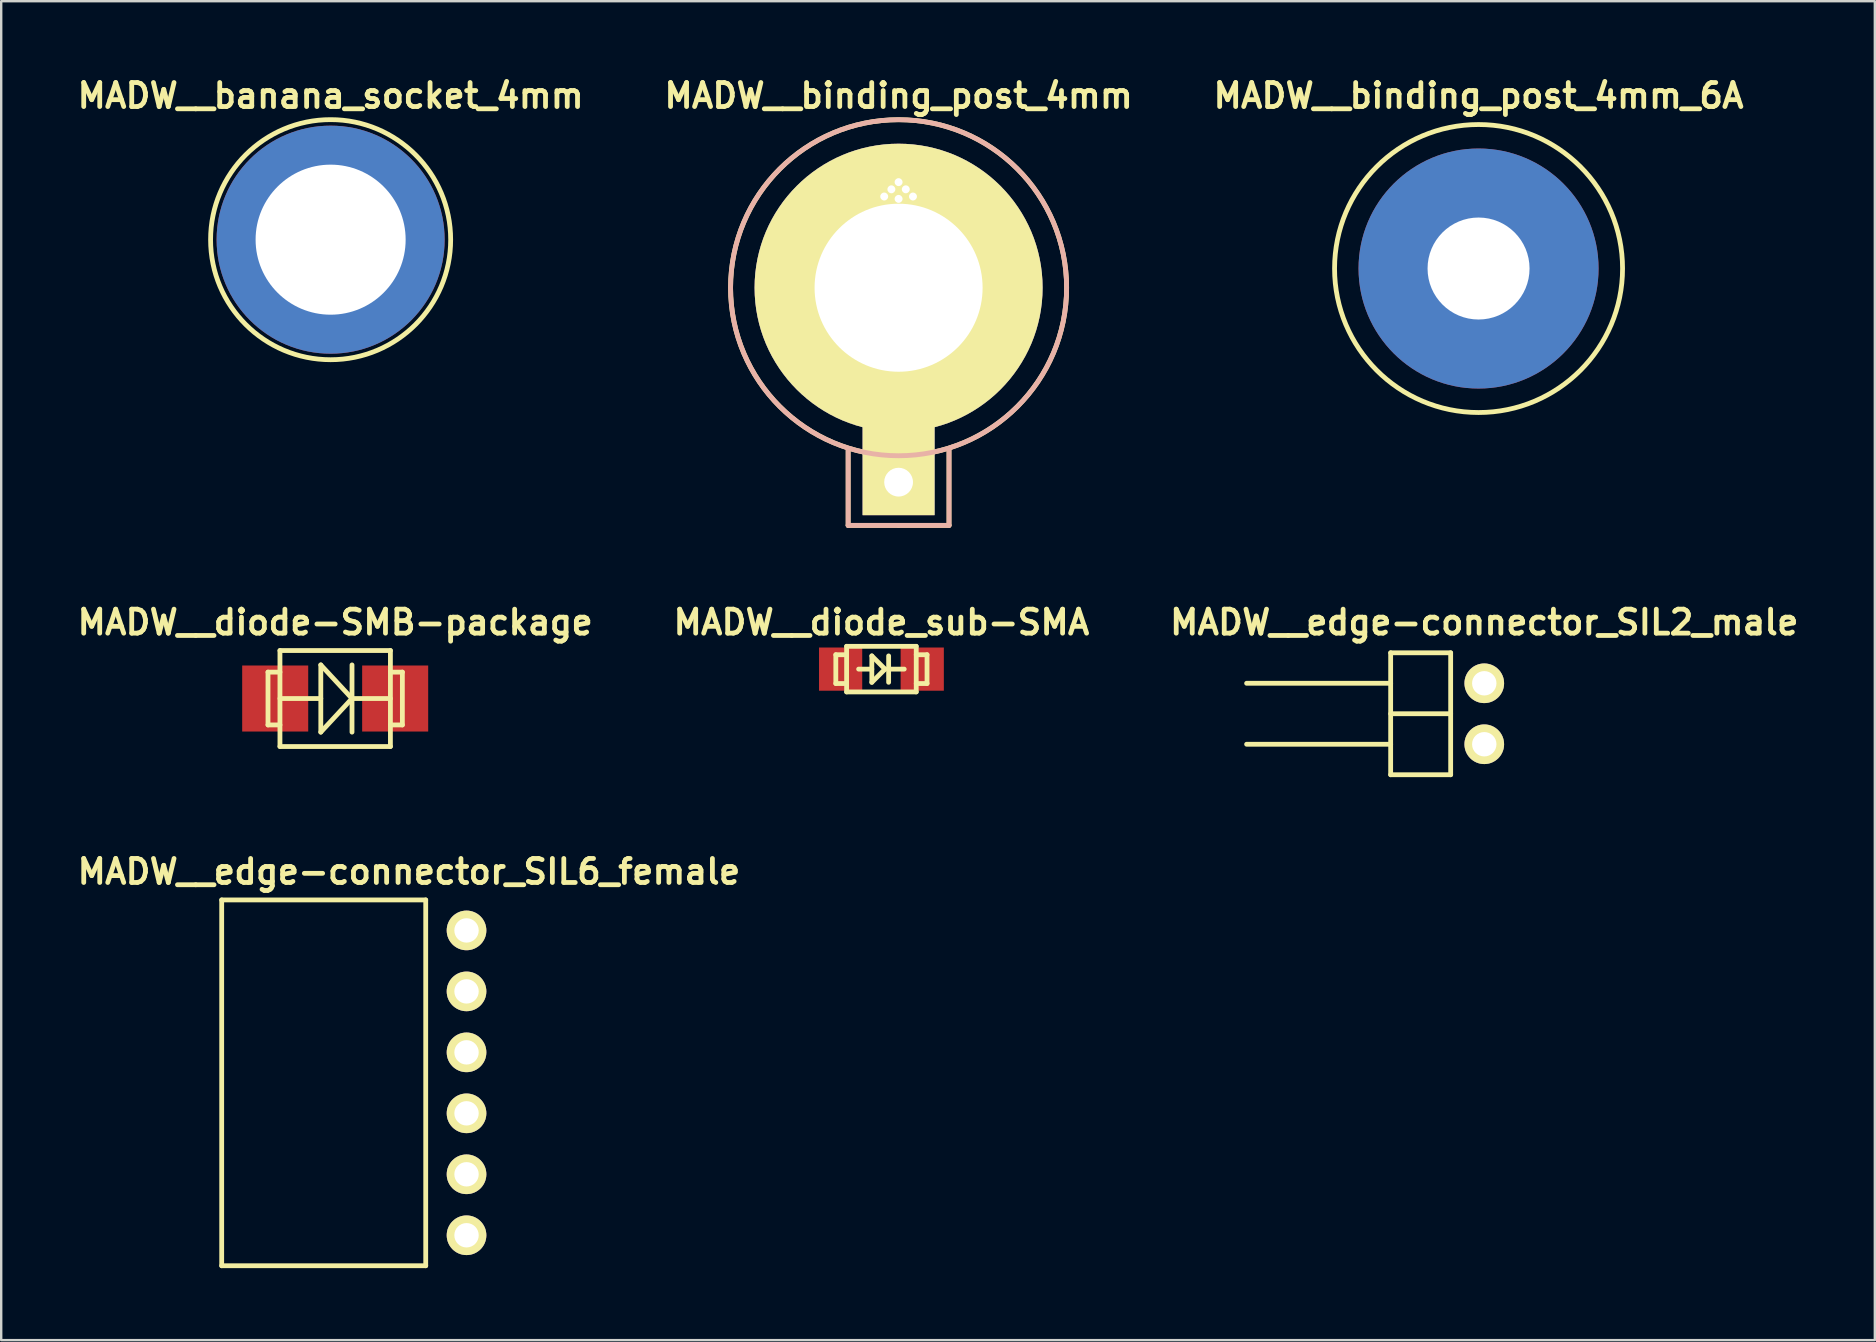
<source format=kicad_pcb>
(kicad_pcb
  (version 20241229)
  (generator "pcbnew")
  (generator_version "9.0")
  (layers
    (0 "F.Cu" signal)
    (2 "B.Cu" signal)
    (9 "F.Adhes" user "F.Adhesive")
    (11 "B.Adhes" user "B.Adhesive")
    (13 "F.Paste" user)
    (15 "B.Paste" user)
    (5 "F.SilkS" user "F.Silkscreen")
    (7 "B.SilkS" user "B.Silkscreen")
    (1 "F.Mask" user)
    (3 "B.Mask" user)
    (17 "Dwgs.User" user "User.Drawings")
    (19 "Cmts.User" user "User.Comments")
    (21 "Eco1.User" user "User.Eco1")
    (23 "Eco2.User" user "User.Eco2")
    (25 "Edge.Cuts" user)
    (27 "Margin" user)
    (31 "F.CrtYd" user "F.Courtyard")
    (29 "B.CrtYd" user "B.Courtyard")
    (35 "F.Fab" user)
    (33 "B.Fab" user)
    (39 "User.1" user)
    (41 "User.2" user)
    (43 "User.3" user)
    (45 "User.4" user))
  (footprint "MADW__diode_sub-SMA"
    (layer "F.Cu")
    (at 33.671 24.826)
    (property "Reference" "MADW__diode_sub-SMA" (at 0 -1.95 0) (layer "F.SilkS") (effects (font (size 1 1) (thickness 0.2))))
    (attr through_hole)
    (fp_line (start -1.9 -0.6) (end -1.9 0.6) (stroke (width 0.2) (type solid)) (layer "F.SilkS"))
    (fp_line (start -1.9 0.6) (end -1.45 0.6) (stroke (width 0.2) (type solid)) (layer "F.SilkS"))
    (fp_line (start -1.45 -0.95) (end 1.45 -0.95) (stroke (width 0.2) (type solid)) (layer "F.SilkS"))
    (fp_line (start -1.45 -0.6) (end -1.9 -0.6) (stroke (width 0.2) (type solid)) (layer "F.SilkS"))
    (fp_line (start -1.45 0.95) (end -1.45 -0.95) (stroke (width 0.2) (type solid)) (layer "F.SilkS"))
    (fp_line (start -0.95 0) (end -0.4 0) (stroke (width 0.2) (type solid)) (layer "F.SilkS"))
    (fp_line (start -0.4 -0.55) (end -0.4 0.55) (stroke (width 0.2) (type solid)) (layer "F.SilkS"))
    (fp_line (start -0.4 0.55) (end 0.15 0) (stroke (width 0.2) (type solid)) (layer "F.SilkS"))
    (fp_line (start 0.15 0) (end -0.4 -0.55) (stroke (width 0.2) (type solid)) (layer "F.SilkS"))
    (fp_line (start 0.3 -0.55) (end 0.3 0.55) (stroke (width 0.2) (type solid)) (layer "F.SilkS"))
    (fp_line (start 0.3 0) (end 0.95 0) (stroke (width 0.2) (type solid)) (layer "F.SilkS"))
    (fp_line (start 1.45 -0.95) (end 1.45 0.95) (stroke (width 0.2) (type solid)) (layer "F.SilkS"))
    (fp_line (start 1.45 -0.6) (end 1.9 -0.6) (stroke (width 0.2) (type solid)) (layer "F.SilkS"))
    (fp_line (start 1.45 0.95) (end -1.45 0.95) (stroke (width 0.2) (type solid)) (layer "F.SilkS"))
    (fp_line (start 1.9 -0.6) (end 1.9 0.6) (stroke (width 0.2) (type solid)) (layer "F.SilkS"))
    (fp_line (start 1.9 0.6) (end 1.45 0.6) (stroke (width 0.2) (type solid)) (layer "F.SilkS"))
    (pad "1" smd rect (at -1.7 0) (size 1.8 1.8) (layers "F.Cu" "F.Mask" "F.Paste"))
    (pad "2" smd rect (at 1.7 0) (size 1.8 1.8) (layers "F.Cu" "F.Mask" "F.Paste")))
  (footprint "MADW__banana_socket_4mm"
    (layer "F.Cu")
    (at 10.724 6.935)
    (property "Reference" "MADW__banana_socket_4mm" (at 0 -5.999 0) (layer "F.SilkS") (effects (font (size 1 1) (thickness 0.2))))
    (attr through_hole)
    (fp_circle (center 0 0) (end 5.001 0) (stroke (width 0.2) (type solid)) (fill no) (layer "F.SilkS"))
    (pad "1" thru_hole circle (at 0 0) (size 9.5 9.5) (drill 6.251) (layers "*.Cu" "*.Mask")))
  (footprint "MADW__diode-SMB-package"
    (layer "F.Cu")
    (at 10.914 26.051)
    (property "Reference" "MADW__diode-SMB-package" (at 0 -3.175 0) (layer "F.SilkS") (effects (font (size 1 1) (thickness 0.2))))
    (attr through_hole)
    (fp_line (start -2.799 -1.1) (end -2.799 1.1) (stroke (width 0.2) (type solid)) (layer "F.SilkS"))
    (fp_line (start -2.799 1.1) (end -2.301 1.1) (stroke (width 0.2) (type solid)) (layer "F.SilkS"))
    (fp_line (start -2.301 -1.999) (end 2.301 -1.999) (stroke (width 0.2) (type solid)) (layer "F.SilkS"))
    (fp_line (start -2.301 -1.1) (end -2.799 -1.1) (stroke (width 0.2) (type solid)) (layer "F.SilkS"))
    (fp_line (start -2.301 1.999) (end -2.301 -1.999) (stroke (width 0.2) (type solid)) (layer "F.SilkS"))
    (fp_line (start -0.599 -1.4) (end -0.599 1.4) (stroke (width 0.2) (type solid)) (layer "F.SilkS"))
    (fp_line (start -0.599 0) (end -2.301 0) (stroke (width 0.2) (type solid)) (layer "F.SilkS"))
    (fp_line (start 0.7 0) (end -0.6 -1.4) (stroke (width 0.2) (type solid)) (layer "F.SilkS"))
    (fp_line (start 0.7 0) (end -0.6 1.4) (stroke (width 0.2) (type solid)) (layer "F.SilkS"))
    (fp_line (start 0.7 0) (end 2.3 0) (stroke (width 0.2) (type solid)) (layer "F.SilkS"))
    (fp_line (start 0.701 -1.4) (end 0.701 1.4) (stroke (width 0.2) (type solid)) (layer "F.SilkS"))
    (fp_line (start 2.301 -1.999) (end 2.301 1.999) (stroke (width 0.2) (type solid)) (layer "F.SilkS"))
    (fp_line (start 2.301 -1.1) (end 2.799 -1.1) (stroke (width 0.2) (type solid)) (layer "F.SilkS"))
    (fp_line (start 2.301 1.999) (end -2.301 1.999) (stroke (width 0.2) (type solid)) (layer "F.SilkS"))
    (fp_line (start 2.799 -1.1) (end 2.799 1.1) (stroke (width 0.2) (type solid)) (layer "F.SilkS"))
    (fp_line (start 2.799 1.1) (end 2.301 1.1) (stroke (width 0.2) (type solid)) (layer "F.SilkS"))
    (pad "1" smd rect (at -2.499 0) (size 2.751 2.751) (layers "F.Cu" "F.Mask" "F.Paste"))
    (pad "2" smd rect (at 2.499 0) (size 2.751 2.751) (layers "F.Cu" "F.Mask" "F.Paste")))
  (footprint "MADW__edge-connector_SIL2_male"
    (layer "F.Cu")
    (at 58.786 26.686)
    (property "Reference" "MADW__edge-connector_SIL2_male" (at 0 -3.81 0) (layer "F.SilkS") (effects (font (size 1 1) (thickness 0.2))))
    (attr through_hole)
    (fp_line (start -3.9 -2.54) (end -3.9 2.54) (stroke (width 0.2) (type solid)) (layer "F.SilkS"))
    (fp_line (start -3.899 -1.27) (end -9.901 -1.27) (stroke (width 0.2) (type solid)) (layer "F.SilkS"))
    (fp_line (start -3.899 1.27) (end -9.901 1.27) (stroke (width 0.2) (type solid)) (layer "F.SilkS"))
    (fp_line (start -1.4 2.54) (end -1.4 -2.54) (stroke (width 0.2) (type solid)) (layer "F.SilkS"))
    (fp_line (start -1.4 -2.54) (end -3.899 -2.54) (stroke (width 0.2) (type solid)) (layer "F.SilkS"))
    (fp_line (start -1.4 0) (end -3.899 0) (stroke (width 0.2) (type solid)) (layer "F.SilkS"))
    (fp_line (start -1.4 2.54) (end -3.899 2.54) (stroke (width 0.2) (type solid)) (layer "F.SilkS"))
    (pad "1" thru_hole circle (at 0 -1.27) (size 1.651 1.651) (drill 1.016) (layers "*.Cu" "*.Mask" "F.SilkS"))
    (pad "2" thru_hole circle (at 0 1.27) (size 1.651 1.651) (drill 1.016) (layers "*.Cu" "*.Mask" "F.SilkS")))
  (footprint "MADW__binding_post_4mm_6A"
    (layer "F.Cu")
    (at 58.548 8.137)
    (property "Reference" "MADW__binding_post_4mm_6A" (at 0 -7.201 0) (layer "F.SilkS") (effects (font (size 1 1) (thickness 0.2))))
    (attr through_hole)
    (fp_circle (center 0 0) (end 5.999 0) (stroke (width 0.2) (type solid)) (fill no) (layer "F.SilkS"))
    (pad "1" thru_hole circle (at 0 0) (size 10 10) (drill 4.249) (layers "*.Cu" "*.Mask")))
  (footprint "MADW__binding_post_4mm"
    (layer "F.Cu")
    (at 34.386 8.937)
    (property "Reference" "MADW__binding_post_4mm" (at 0 -8.001 0) (layer "F.SilkS") (effects (font (size 1 1) (thickness 0.2))))
    (attr through_hole)
    (fp_line (start -2.101 9.901) (end -2.101 6.701) (stroke (width 0.2) (type solid)) (layer "F.SilkS"))
    (fp_line (start 0 -4.501) (end -1.1 -3.401) (stroke (width 0.2) (type solid)) (layer "F.SilkS"))
    (fp_line (start 0 -4.501) (end 1.1 -3.401) (stroke (width 0.2) (type solid)) (layer "F.SilkS"))
    (fp_line (start 0 9.901) (end -2.101 9.901) (stroke (width 0.2) (type solid)) (layer "F.SilkS"))
    (fp_line (start 0 9.901) (end 2.101 9.901) (stroke (width 0.2) (type solid)) (layer "F.SilkS"))
    (fp_line (start 2.101 9.901) (end 2.101 6.701) (stroke (width 0.2) (type solid)) (layer "F.SilkS"))
    (fp_circle (center 0 0) (end 7 0) (stroke (width 0.2) (type solid)) (fill no) (layer "F.SilkS"))
    (fp_line (start -2.101 6.701) (end -2.101 9.901) (stroke (width 0.203) (type solid)) (layer "B.SilkS"))
    (fp_line (start -2.101 9.901) (end 2.101 9.901) (stroke (width 0.203) (type solid)) (layer "B.SilkS"))
    (fp_line (start 2.101 9.901) (end 2.101 6.701) (stroke (width 0.203) (type solid)) (layer "B.SilkS"))
    (fp_circle (center 0 0) (end 7 0) (stroke (width 0.203) (type solid)) (fill no) (layer "B.SilkS"))
    (pad "" np_thru_hole circle (at -0.599 -3.8) (size 0.33 0.33) (drill 0.33) (layers "*.Cu" "*.Mask" "F.SilkS"))
    (pad "" np_thru_hole circle (at -0.3 -4.1) (size 0.33 0.33) (drill 0.33) (layers "*.Cu" "*.Mask" "F.SilkS"))
    (pad "" np_thru_hole circle (at 0 -4.399) (size 0.33 0.33) (drill 0.33) (layers "*.Cu" "*.Mask" "F.SilkS"))
    (pad "" np_thru_hole circle (at 0 -3.701) (size 0.33 0.33) (drill 0.33) (layers "*.Cu" "*.Mask" "F.SilkS"))
    (pad "" np_thru_hole circle (at 0.3 -4.1) (size 0.33 0.33) (drill 0.33) (layers "*.Cu" "*.Mask" "F.SilkS"))
    (pad "" np_thru_hole circle (at 0.599 -3.8) (size 0.33 0.33) (drill 0.33) (layers "*.Cu" "*.Mask" "F.SilkS"))
    (pad "1" thru_hole circle (at 0 0) (size 11.999 11.999) (drill 7) (layers "*.Cu" "*.Mask" "F.SilkS"))
    (pad "1" thru_hole rect (at 0 8.1) (size 3 4.249) (drill 1.199 (offset 0 -0.749)) (layers "*.Cu" "*.Mask" "F.SilkS")))
  (footprint "MADW__edge-connector_SIL6_female"
    (layer "F.Cu")
    (at 16.386 42.062)
    (property "Reference" "MADW__edge-connector_SIL6_female" (at -2.4 -8.8 0) (layer "F.SilkS") (effects (font (size 1 1) (thickness 0.2))))
    (attr through_hole)
    (fp_line (start -10.2 -7.62) (end -10.2 7.62) (stroke (width 0.2) (type solid)) (layer "F.SilkS"))
    (fp_line (start -10.2 7.62) (end -1.7 7.62) (stroke (width 0.2) (type solid)) (layer "F.SilkS"))
    (fp_line (start -1.7 -7.62) (end -10.2 -7.62) (stroke (width 0.2) (type solid)) (layer "F.SilkS"))
    (fp_line (start -1.7 -7.62) (end -1.7 7.62) (stroke (width 0.2) (type solid)) (layer "F.SilkS"))
    (pad "1" thru_hole circle (at 0 -6.35) (size 1.651 1.651) (drill 1.016) (layers "*.Cu" "*.Mask" "F.SilkS"))
    (pad "2" thru_hole circle (at 0 -3.81) (size 1.651 1.651) (drill 1.016) (layers "*.Cu" "*.Mask" "F.SilkS"))
    (pad "3" thru_hole circle (at 0 -1.27) (size 1.651 1.651) (drill 1.016) (layers "*.Cu" "*.Mask" "F.SilkS"))
    (pad "4" thru_hole circle (at 0 1.27) (size 1.651 1.651) (drill 1.016) (layers "*.Cu" "*.Mask" "F.SilkS"))
    (pad "5" thru_hole circle (at 0 3.81) (size 1.651 1.651) (drill 1.016) (layers "*.Cu" "*.Mask" "F.SilkS"))
    (pad "6" thru_hole circle (at 0 6.35) (size 1.651 1.651) (drill 1.016) (layers "*.Cu" "*.Mask" "F.SilkS")))
  (gr_rect
    (start -3 -3)
    (end 75.057 52.782)
    (stroke (width 0.1) (type default))
    (fill no)
    (layer "Edge.Cuts")))
</source>
